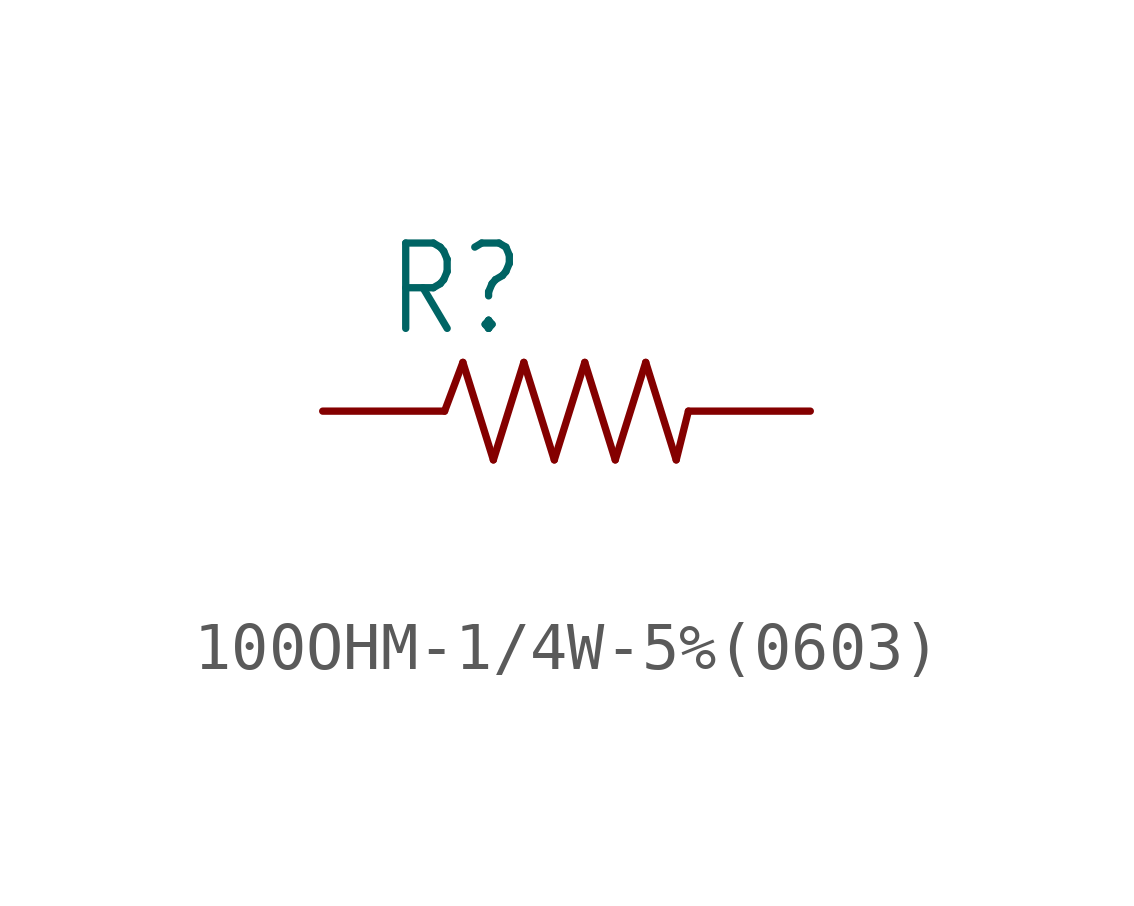
<source format=kicad_sym>
(kicad_symbol_lib
  (version 20231120)
  (generator "kicad_symbol_editor")
  (generator_version "8.0")
  (symbol "100OHM-1/4W-5%(0603)"
    (property "Reference" "R"
      (at -3.81 1.499 0)
      (effects (font (size 1.778 1.511)) (justify left bottom)))
    (property "Value" ""
      (at -3.81 -3.302 0)
      (effects (font (size 1.778 1.511)) (justify left bottom)))
    (property "ki_locked" ""
      (at 0 0 0)
      (effects (font (size 1.27 1.27))))
    (symbol "100OHM-1/4W-5%(0603)_1_0"
      (polyline (pts (xy -2.54 0) (xy -2.159 1.016)) (stroke (width 0.152) (type solid)) (fill (type none)))
      (polyline (pts (xy -2.159 1.016) (xy -1.524 -1.016)) (stroke (width 0.152) (type solid)) (fill (type none)))
      (polyline (pts (xy -1.524 -1.016) (xy -0.889 1.016)) (stroke (width 0.152) (type solid)) (fill (type none)))
      (polyline (pts (xy -0.889 1.016) (xy -0.254 -1.016)) (stroke (width 0.152) (type solid)) (fill (type none)))
      (polyline (pts (xy -0.254 -1.016) (xy 0.381 1.016)) (stroke (width 0.152) (type solid)) (fill (type none)))
      (polyline (pts (xy 0.381 1.016) (xy 1.016 -1.016)) (stroke (width 0.152) (type solid)) (fill (type none)))
      (polyline (pts (xy 1.016 -1.016) (xy 1.651 1.016)) (stroke (width 0.152) (type solid)) (fill (type none)))
      (polyline (pts (xy 1.651 1.016) (xy 2.286 -1.016)) (stroke (width 0.152) (type solid)) (fill (type none)))
      (polyline (pts (xy 2.286 -1.016) (xy 2.54 0)) (stroke (width 0.152) (type solid)) (fill (type none)))
      (pin passive line (at -5.08 0 0) (length 2.54) (name "1" (effects (font (size 0 0)))) (number "1" (effects (font (size 0 0)))))
      (pin passive line (at 5.08 0 180) (length 2.54) (name "2" (effects (font (size 0 0)))) (number "2" (effects (font (size 0 0))))))))
</source>
